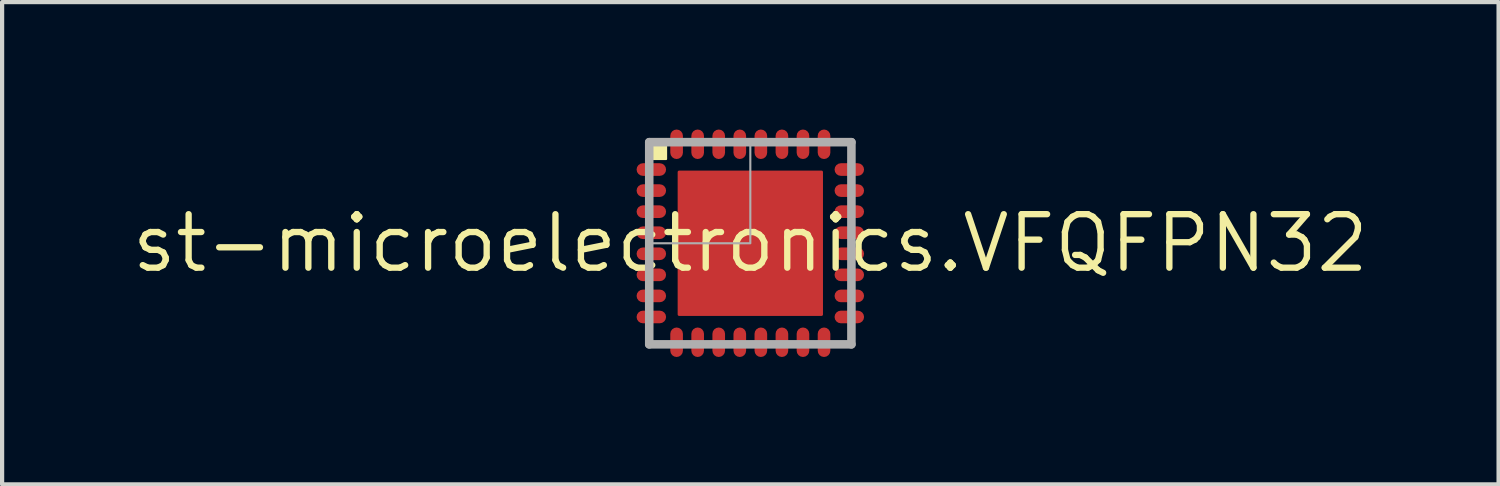
<source format=kicad_pcb>
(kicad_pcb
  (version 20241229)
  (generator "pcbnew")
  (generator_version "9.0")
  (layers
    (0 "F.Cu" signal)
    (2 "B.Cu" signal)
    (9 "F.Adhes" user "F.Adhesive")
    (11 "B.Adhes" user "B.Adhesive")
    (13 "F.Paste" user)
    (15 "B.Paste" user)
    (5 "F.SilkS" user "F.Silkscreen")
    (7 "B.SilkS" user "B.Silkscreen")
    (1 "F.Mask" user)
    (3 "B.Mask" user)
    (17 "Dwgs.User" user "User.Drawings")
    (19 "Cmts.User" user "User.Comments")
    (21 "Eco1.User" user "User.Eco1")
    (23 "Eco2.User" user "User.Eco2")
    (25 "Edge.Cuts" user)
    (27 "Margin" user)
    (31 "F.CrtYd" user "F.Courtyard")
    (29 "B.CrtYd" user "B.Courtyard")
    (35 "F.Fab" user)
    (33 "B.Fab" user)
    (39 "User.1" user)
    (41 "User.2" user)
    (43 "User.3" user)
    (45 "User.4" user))
  (footprint "st-microelectronics.VFQFPN32"
    (layer "F.Cu")
    (at 14.763 2.725)
    (property "Reference" "st-microelectronics.VFQFPN32" (at 0 0 0) (layer "F.SilkS") (effects (font (size 1.27 1.27) (thickness 0.15))))
    (attr smd)
    (fp_line (start -2.55 -1.75) (end -2.15 -1.75) (stroke (width 0.35) (type default)) (layer "F.Mask"))
    (fp_line (start -2.55 -1.25) (end -2.15 -1.25) (stroke (width 0.35) (type default)) (layer "F.Mask"))
    (fp_line (start -2.55 -0.75) (end -2.15 -0.75) (stroke (width 0.35) (type default)) (layer "F.Mask"))
    (fp_line (start -2.55 -0.25) (end -2.15 -0.25) (stroke (width 0.35) (type default)) (layer "F.Mask"))
    (fp_line (start -2.55 0.25) (end -2.15 0.25) (stroke (width 0.35) (type default)) (layer "F.Mask"))
    (fp_line (start -2.55 0.75) (end -2.15 0.75) (stroke (width 0.35) (type default)) (layer "F.Mask"))
    (fp_line (start -2.55 1.25) (end -2.15 1.25) (stroke (width 0.35) (type default)) (layer "F.Mask"))
    (fp_line (start -2.55 1.75) (end -2.15 1.75) (stroke (width 0.35) (type default)) (layer "F.Mask"))
    (fp_line (start -1.75 -2.55) (end -1.75 -2.15) (stroke (width 0.35) (type default)) (layer "F.Mask"))
    (fp_line (start -1.75 2.55) (end -1.75 2.15) (stroke (width 0.35) (type default)) (layer "F.Mask"))
    (fp_line (start -1.25 -2.55) (end -1.25 -2.15) (stroke (width 0.35) (type default)) (layer "F.Mask"))
    (fp_line (start -1.25 2.55) (end -1.25 2.15) (stroke (width 0.35) (type default)) (layer "F.Mask"))
    (fp_line (start -0.75 -2.55) (end -0.75 -2.15) (stroke (width 0.35) (type default)) (layer "F.Mask"))
    (fp_line (start -0.75 2.55) (end -0.75 2.15) (stroke (width 0.35) (type default)) (layer "F.Mask"))
    (fp_line (start -0.25 -2.55) (end -0.25 -2.15) (stroke (width 0.35) (type default)) (layer "F.Mask"))
    (fp_line (start -0.25 2.55) (end -0.25 2.15) (stroke (width 0.35) (type default)) (layer "F.Mask"))
    (fp_line (start 0.25 -2.55) (end 0.25 -2.15) (stroke (width 0.35) (type default)) (layer "F.Mask"))
    (fp_line (start 0.25 2.55) (end 0.25 2.15) (stroke (width 0.35) (type default)) (layer "F.Mask"))
    (fp_line (start 0.75 -2.55) (end 0.75 -2.15) (stroke (width 0.35) (type default)) (layer "F.Mask"))
    (fp_line (start 0.75 2.55) (end 0.75 2.15) (stroke (width 0.35) (type default)) (layer "F.Mask"))
    (fp_line (start 1.25 -2.55) (end 1.25 -2.15) (stroke (width 0.35) (type default)) (layer "F.Mask"))
    (fp_line (start 1.25 2.55) (end 1.25 2.15) (stroke (width 0.35) (type default)) (layer "F.Mask"))
    (fp_line (start 1.75 -2.55) (end 1.75 -2.15) (stroke (width 0.35) (type default)) (layer "F.Mask"))
    (fp_line (start 1.75 2.55) (end 1.75 2.15) (stroke (width 0.35) (type default)) (layer "F.Mask"))
    (fp_line (start 2.55 -1.75) (end 2.15 -1.75) (stroke (width 0.35) (type default)) (layer "F.Mask"))
    (fp_line (start 2.55 -1.25) (end 2.15 -1.25) (stroke (width 0.35) (type default)) (layer "F.Mask"))
    (fp_line (start 2.55 -0.75) (end 2.15 -0.75) (stroke (width 0.35) (type default)) (layer "F.Mask"))
    (fp_line (start 2.55 -0.25) (end 2.15 -0.25) (stroke (width 0.35) (type default)) (layer "F.Mask"))
    (fp_line (start 2.55 0.25) (end 2.15 0.25) (stroke (width 0.35) (type default)) (layer "F.Mask"))
    (fp_line (start 2.55 0.75) (end 2.15 0.75) (stroke (width 0.35) (type default)) (layer "F.Mask"))
    (fp_line (start 2.55 1.25) (end 2.15 1.25) (stroke (width 0.35) (type default)) (layer "F.Mask"))
    (fp_line (start 2.55 1.75) (end 2.15 1.75) (stroke (width 0.35) (type default)) (layer "F.Mask"))
    (fp_poly (pts (xy -1.7 -1.4) (xy -1.4 -1.7) (xy 1.7 -1.7) (xy 1.7 1.7) (xy -1.7 1.7)) (stroke (width 0.2) (type default)) (fill yes) (layer "F.Mask"))
    (fp_rect (start -2.45 -2) (end -2 -2.45) (stroke (width 0.05) (type default)) (fill yes) (layer "F.SilkS"))
    (fp_line (start -2.55 -1.75) (end -2.15 -1.75) (stroke (width 0.225) (type default)) (layer "F.Paste"))
    (fp_line (start -2.55 -1.25) (end -2.15 -1.25) (stroke (width 0.225) (type default)) (layer "F.Paste"))
    (fp_line (start -2.55 -0.75) (end -2.15 -0.75) (stroke (width 0.225) (type default)) (layer "F.Paste"))
    (fp_line (start -2.55 -0.25) (end -2.15 -0.25) (stroke (width 0.225) (type default)) (layer "F.Paste"))
    (fp_line (start -2.55 0.25) (end -2.15 0.25) (stroke (width 0.225) (type default)) (layer "F.Paste"))
    (fp_line (start -2.55 0.75) (end -2.15 0.75) (stroke (width 0.225) (type default)) (layer "F.Paste"))
    (fp_line (start -2.55 1.25) (end -2.15 1.25) (stroke (width 0.225) (type default)) (layer "F.Paste"))
    (fp_line (start -2.55 1.75) (end -2.15 1.75) (stroke (width 0.225) (type default)) (layer "F.Paste"))
    (fp_line (start -1.75 -2.55) (end -1.75 -2.15) (stroke (width 0.225) (type default)) (layer "F.Paste"))
    (fp_line (start -1.75 2.55) (end -1.75 2.15) (stroke (width 0.225) (type default)) (layer "F.Paste"))
    (fp_line (start -1.25 -2.55) (end -1.25 -2.15) (stroke (width 0.225) (type default)) (layer "F.Paste"))
    (fp_line (start -1.25 2.55) (end -1.25 2.15) (stroke (width 0.225) (type default)) (layer "F.Paste"))
    (fp_line (start -0.75 -2.55) (end -0.75 -2.15) (stroke (width 0.225) (type default)) (layer "F.Paste"))
    (fp_line (start -0.75 2.55) (end -0.75 2.15) (stroke (width 0.225) (type default)) (layer "F.Paste"))
    (fp_line (start -0.25 -2.55) (end -0.25 -2.15) (stroke (width 0.225) (type default)) (layer "F.Paste"))
    (fp_line (start -0.25 2.55) (end -0.25 2.15) (stroke (width 0.225) (type default)) (layer "F.Paste"))
    (fp_line (start 0.25 -2.55) (end 0.25 -2.15) (stroke (width 0.225) (type default)) (layer "F.Paste"))
    (fp_line (start 0.25 2.55) (end 0.25 2.15) (stroke (width 0.225) (type default)) (layer "F.Paste"))
    (fp_line (start 0.75 -2.55) (end 0.75 -2.15) (stroke (width 0.225) (type default)) (layer "F.Paste"))
    (fp_line (start 0.75 2.55) (end 0.75 2.15) (stroke (width 0.225) (type default)) (layer "F.Paste"))
    (fp_line (start 1.25 -2.55) (end 1.25 -2.15) (stroke (width 0.225) (type default)) (layer "F.Paste"))
    (fp_line (start 1.25 2.55) (end 1.25 2.15) (stroke (width 0.225) (type default)) (layer "F.Paste"))
    (fp_line (start 1.75 -2.55) (end 1.75 -2.15) (stroke (width 0.225) (type default)) (layer "F.Paste"))
    (fp_line (start 1.75 2.55) (end 1.75 2.15) (stroke (width 0.225) (type default)) (layer "F.Paste"))
    (fp_line (start 2.55 -1.75) (end 2.15 -1.75) (stroke (width 0.225) (type default)) (layer "F.Paste"))
    (fp_line (start 2.55 -1.25) (end 2.15 -1.25) (stroke (width 0.225) (type default)) (layer "F.Paste"))
    (fp_line (start 2.55 -0.75) (end 2.15 -0.75) (stroke (width 0.225) (type default)) (layer "F.Paste"))
    (fp_line (start 2.55 -0.25) (end 2.15 -0.25) (stroke (width 0.225) (type default)) (layer "F.Paste"))
    (fp_line (start 2.55 0.25) (end 2.15 0.25) (stroke (width 0.225) (type default)) (layer "F.Paste"))
    (fp_line (start 2.55 0.75) (end 2.15 0.75) (stroke (width 0.225) (type default)) (layer "F.Paste"))
    (fp_line (start 2.55 1.25) (end 2.15 1.25) (stroke (width 0.225) (type default)) (layer "F.Paste"))
    (fp_line (start 2.55 1.75) (end 2.15 1.75) (stroke (width 0.225) (type default)) (layer "F.Paste"))
    (fp_rect (start -1.5 -0.25) (end -0.25 -1.5) (stroke (width 0.05) (type default)) (fill yes) (layer "F.Paste"))
    (fp_rect (start -1.5 1.5) (end -0.25 0.25) (stroke (width 0.05) (type default)) (fill yes) (layer "F.Paste"))
    (fp_rect (start 0.25 -0.25) (end 1.5 -1.5) (stroke (width 0.05) (type default)) (fill yes) (layer "F.Paste"))
    (fp_rect (start 0.25 1.5) (end 1.5 0.25) (stroke (width 0.05) (type default)) (fill yes) (layer "F.Paste"))
    (fp_line (start -2.4 -2.4) (end 2.4 -2.4) (stroke (width 0.203) (type default)) (layer "F.Fab"))
    (fp_line (start -2.4 2.4) (end -2.4 -2.4) (stroke (width 0.203) (type default)) (layer "F.Fab"))
    (fp_line (start 2.4 -2.4) (end 2.4 2.4) (stroke (width 0.203) (type default)) (layer "F.Fab"))
    (fp_line (start 2.4 2.4) (end -2.4 2.4) (stroke (width 0.203) (type default)) (layer "F.Fab"))
    (fp_rect (start -2.45 0) (end 0 -2.45) (stroke (width 0.05) (type default)) (fill no) (layer "F.Fab"))
    (pad "1" smd roundrect (at -2.35 -1.75) (size 0.7 0.3) (layers "F.Cu" "F.Mask" "F.Paste") (roundrect_rratio 0.5))
    (pad "2" smd roundrect (at -2.35 -1.25) (size 0.7 0.3) (layers "F.Cu" "F.Mask" "F.Paste") (roundrect_rratio 0.5))
    (pad "3" smd roundrect (at -2.35 -0.75) (size 0.7 0.3) (layers "F.Cu" "F.Mask" "F.Paste") (roundrect_rratio 0.5))
    (pad "4" smd roundrect (at -2.35 -0.25) (size 0.7 0.3) (layers "F.Cu" "F.Mask" "F.Paste") (roundrect_rratio 0.5))
    (pad "5" smd roundrect (at -2.35 0.25) (size 0.7 0.3) (layers "F.Cu" "F.Mask" "F.Paste") (roundrect_rratio 0.5))
    (pad "6" smd roundrect (at -2.35 0.75) (size 0.7 0.3) (layers "F.Cu" "F.Mask" "F.Paste") (roundrect_rratio 0.5))
    (pad "7" smd roundrect (at -2.35 1.25) (size 0.7 0.3) (layers "F.Cu" "F.Mask" "F.Paste") (roundrect_rratio 0.5))
    (pad "8" smd roundrect (at -2.35 1.75) (size 0.7 0.3) (layers "F.Cu" "F.Mask" "F.Paste") (roundrect_rratio 0.5))
    (pad "9" smd roundrect (at -1.75 2.35 90) (size 0.7 0.3) (layers "F.Cu" "F.Mask" "F.Paste") (roundrect_rratio 0.5))
    (pad "10" smd roundrect (at -1.25 2.35 90) (size 0.7 0.3) (layers "F.Cu" "F.Mask" "F.Paste") (roundrect_rratio 0.5))
    (pad "11" smd roundrect (at -0.75 2.35 90) (size 0.7 0.3) (layers "F.Cu" "F.Mask" "F.Paste") (roundrect_rratio 0.5))
    (pad "12" smd roundrect (at -0.25 2.35 90) (size 0.7 0.3) (layers "F.Cu" "F.Mask" "F.Paste") (roundrect_rratio 0.5))
    (pad "13" smd roundrect (at 0.25 2.35 90) (size 0.7 0.3) (layers "F.Cu" "F.Mask" "F.Paste") (roundrect_rratio 0.5))
    (pad "14" smd roundrect (at 0.75 2.35 90) (size 0.7 0.3) (layers "F.Cu" "F.Mask" "F.Paste") (roundrect_rratio 0.5))
    (pad "15" smd roundrect (at 1.25 2.35 90) (size 0.7 0.3) (layers "F.Cu" "F.Mask" "F.Paste") (roundrect_rratio 0.5))
    (pad "16" smd roundrect (at 1.75 2.35 90) (size 0.7 0.3) (layers "F.Cu" "F.Mask" "F.Paste") (roundrect_rratio 0.5))
    (pad "17" smd roundrect (at 2.35 1.75 180) (size 0.7 0.3) (layers "F.Cu" "F.Mask" "F.Paste") (roundrect_rratio 0.5))
    (pad "18" smd roundrect (at 2.35 1.25 180) (size 0.7 0.3) (layers "F.Cu" "F.Mask" "F.Paste") (roundrect_rratio 0.5))
    (pad "19" smd roundrect (at 2.35 0.75 180) (size 0.7 0.3) (layers "F.Cu" "F.Mask" "F.Paste") (roundrect_rratio 0.5))
    (pad "20" smd roundrect (at 2.35 0.25 180) (size 0.7 0.3) (layers "F.Cu" "F.Mask" "F.Paste") (roundrect_rratio 0.5))
    (pad "21" smd roundrect (at 2.35 -0.25 180) (size 0.7 0.3) (layers "F.Cu" "F.Mask" "F.Paste") (roundrect_rratio 0.5))
    (pad "22" smd roundrect (at 2.35 -0.75 180) (size 0.7 0.3) (layers "F.Cu" "F.Mask" "F.Paste") (roundrect_rratio 0.5))
    (pad "23" smd roundrect (at 2.35 -1.25 180) (size 0.7 0.3) (layers "F.Cu" "F.Mask" "F.Paste") (roundrect_rratio 0.5))
    (pad "24" smd roundrect (at 2.35 -1.75 180) (size 0.7 0.3) (layers "F.Cu" "F.Mask" "F.Paste") (roundrect_rratio 0.5))
    (pad "25" smd roundrect (at 1.75 -2.35 270) (size 0.7 0.3) (layers "F.Cu" "F.Mask" "F.Paste") (roundrect_rratio 0.5))
    (pad "26" smd roundrect (at 1.25 -2.35 270) (size 0.7 0.3) (layers "F.Cu" "F.Mask" "F.Paste") (roundrect_rratio 0.5))
    (pad "27" smd roundrect (at 0.75 -2.35 270) (size 0.7 0.3) (layers "F.Cu" "F.Mask" "F.Paste") (roundrect_rratio 0.5))
    (pad "28" smd roundrect (at 0.25 -2.35 270) (size 0.7 0.3) (layers "F.Cu" "F.Mask" "F.Paste") (roundrect_rratio 0.5))
    (pad "29" smd roundrect (at -0.25 -2.35 270) (size 0.7 0.3) (layers "F.Cu" "F.Mask" "F.Paste") (roundrect_rratio 0.5))
    (pad "30" smd roundrect (at -0.75 -2.35 270) (size 0.7 0.3) (layers "F.Cu" "F.Mask" "F.Paste") (roundrect_rratio 0.5))
    (pad "31" smd roundrect (at -1.25 -2.35 270) (size 0.7 0.3) (layers "F.Cu" "F.Mask" "F.Paste") (roundrect_rratio 0.5))
    (pad "32" smd roundrect (at -1.75 -2.35 270) (size 0.7 0.3) (layers "F.Cu" "F.Mask" "F.Paste") (roundrect_rratio 0.5))
    (pad "EXP" smd roundrect (at 0 0) (size 3.45 3.45) (layers "F.Cu" "F.Mask" "F.Paste") (roundrect_rratio 0.01)))
  (gr_rect
    (start -3 -3)
    (end 32.527 8.45)
    (stroke (width 0.1) (type default))
    (fill no)
    (layer "Edge.Cuts")))
</source>
